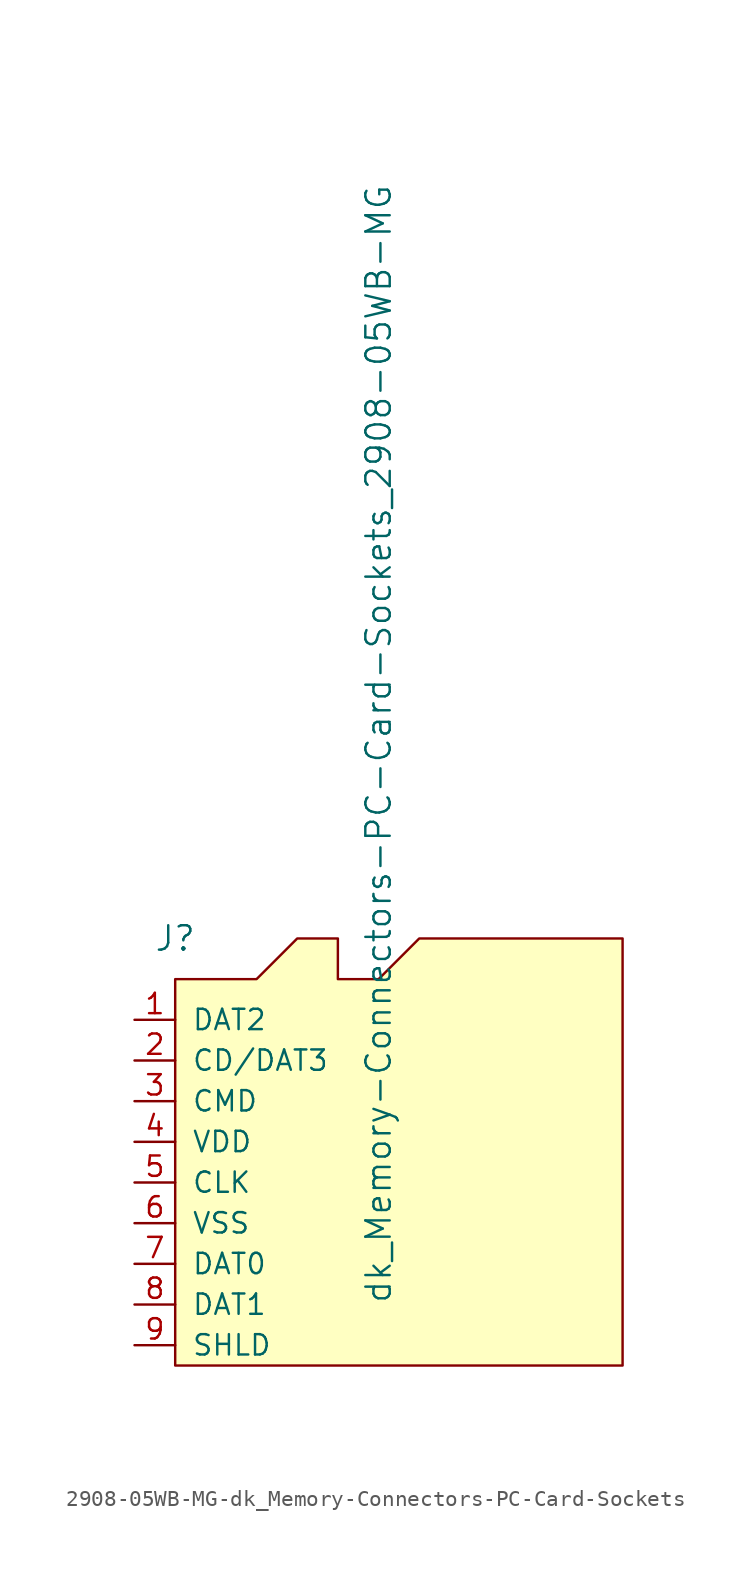
<source format=kicad_sym>
(kicad_symbol_lib
  (version 20231120)
  (generator "kicad_symbol_editor")
  (generator_version "8.0")
  (symbol "2908-05WB-MG-dk_Memory-Connectors-PC-Card-Sockets"
    (pin_names
      (offset 1.016))
    (property "Reference" "J"
      (at -12.7 12.7 0)
      (effects (font (size 1.524 1.524))))
    (property "Value" "dk_Memory-Connectors-PC-Card-Sockets_2908-05WB-MG"
      (at 0 -10.16 90)
      (effects (font (size 1.524 1.524)) (justify left)))
    (symbol "2908-05WB-MG-dk_Memory-Connectors-PC-Card-Sockets_0_1"
      (polyline (pts (xy -12.7 -13.97) (xy -12.7 10.16) (xy -7.62 10.16) (xy -5.08 12.7) (xy -2.54 12.7) (xy -2.54 10.16) (xy 0 10.16) (xy 2.54 12.7) (xy 15.24 12.7) (xy 15.24 -13.97) (xy -12.7 -13.97)) (stroke (width 0) (type solid)) (fill (type background))))
    (symbol "2908-05WB-MG-dk_Memory-Connectors-PC-Card-Sockets_1_1"
      (pin bidirectional line (at -15.24 7.62 0) (length 2.54) (name "DAT2" (effects (font (size 1.27 1.27)))) (number "1" (effects (font (size 1.27 1.27)))))
      (pin bidirectional line (at -15.24 5.08 0) (length 2.54) (name "CD/DAT3" (effects (font (size 1.27 1.27)))) (number "2" (effects (font (size 1.27 1.27)))))
      (pin bidirectional line (at -15.24 2.54 0) (length 2.54) (name "CMD" (effects (font (size 1.27 1.27)))) (number "3" (effects (font (size 1.27 1.27)))))
      (pin power_in line (at -15.24 0 0) (length 2.54) (name "VDD" (effects (font (size 1.27 1.27)))) (number "4" (effects (font (size 1.27 1.27)))))
      (pin output line (at -15.24 -2.54 0) (length 2.54) (name "CLK" (effects (font (size 1.27 1.27)))) (number "5" (effects (font (size 1.27 1.27)))))
      (pin power_in line (at -15.24 -5.08 0) (length 2.54) (name "VSS" (effects (font (size 1.27 1.27)))) (number "6" (effects (font (size 1.27 1.27)))))
      (pin bidirectional line (at -15.24 -7.62 0) (length 2.54) (name "DAT0" (effects (font (size 1.27 1.27)))) (number "7" (effects (font (size 1.27 1.27)))))
      (pin bidirectional line (at -15.24 -10.16 0) (length 2.54) (name "DAT1" (effects (font (size 1.27 1.27)))) (number "8" (effects (font (size 1.27 1.27)))))
      (pin passive line (at -15.24 -12.7 0) (length 2.54) (name "SHLD" (effects (font (size 1.27 1.27)))) (number "9" (effects (font (size 1.27 1.27))))))))
</source>
